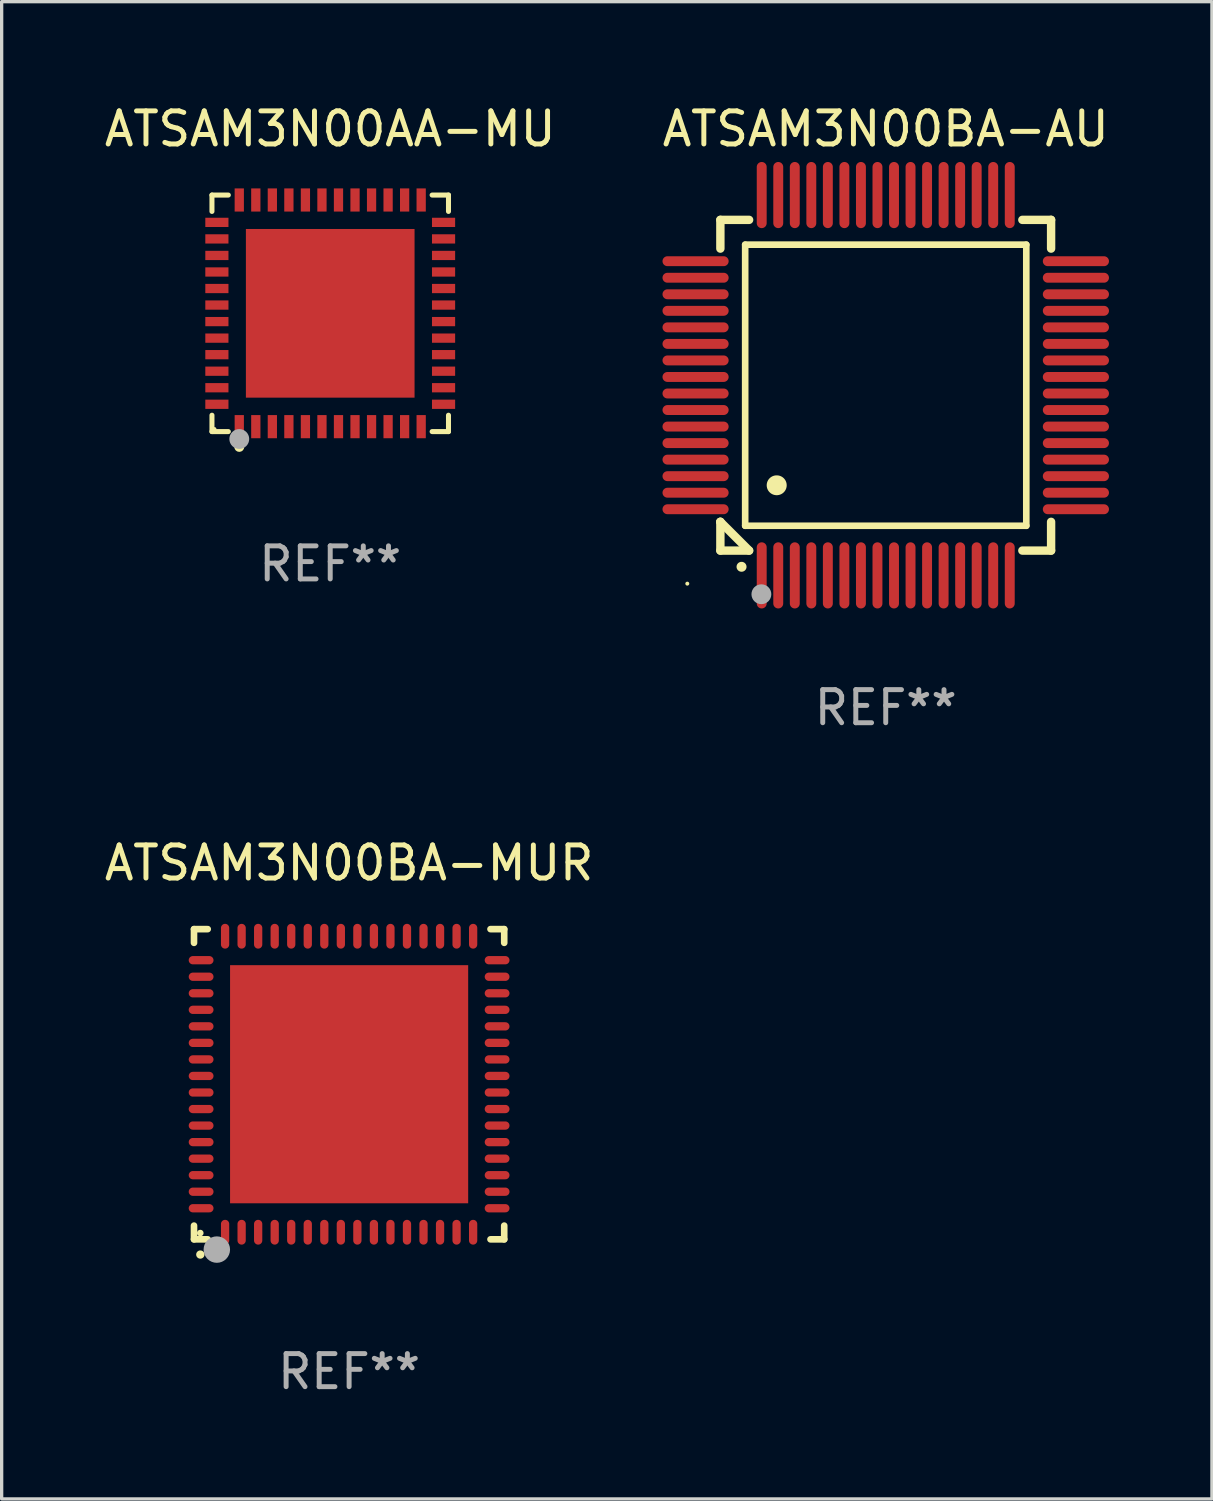
<source format=kicad_pcb>
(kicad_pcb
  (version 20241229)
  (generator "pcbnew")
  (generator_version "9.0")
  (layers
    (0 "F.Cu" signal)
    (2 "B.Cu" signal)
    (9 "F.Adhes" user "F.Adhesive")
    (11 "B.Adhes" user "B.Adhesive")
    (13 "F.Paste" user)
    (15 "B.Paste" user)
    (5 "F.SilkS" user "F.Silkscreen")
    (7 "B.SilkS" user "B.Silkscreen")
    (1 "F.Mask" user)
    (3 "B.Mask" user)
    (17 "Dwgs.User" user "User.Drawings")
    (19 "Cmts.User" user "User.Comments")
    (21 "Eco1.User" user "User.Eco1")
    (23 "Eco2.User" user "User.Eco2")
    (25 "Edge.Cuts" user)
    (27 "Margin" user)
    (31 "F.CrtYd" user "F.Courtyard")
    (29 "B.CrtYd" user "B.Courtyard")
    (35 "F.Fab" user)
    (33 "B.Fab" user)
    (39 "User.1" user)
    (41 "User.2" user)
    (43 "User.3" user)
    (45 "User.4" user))
  (footprint "ATSAM3N00BA-MUR"
    (layer "F.Cu")
    (at 7.506 29.734)
    (property "Reference" "ATSAM3N00BA-MUR" (at 0 -6.69 0) (layer "F.SilkS") (effects (font (size 1 1) (thickness 0.15))))
    (attr through_hole)
    (fp_line (start -4.69 -4.69) (end -4.275 -4.69) (stroke (width 0.2) (type solid)) (layer "F.SilkS"))
    (fp_line (start -4.69 -4.275) (end -4.69 -4.69) (stroke (width 0.2) (type solid)) (layer "F.SilkS"))
    (fp_line (start -4.69 4.69) (end -4.69 4.275) (stroke (width 0.2) (type solid)) (layer "F.SilkS"))
    (fp_line (start -4.275 4.69) (end -4.69 4.69) (stroke (width 0.2) (type solid)) (layer "F.SilkS"))
    (fp_line (start 4.275 4.69) (end 4.69 4.69) (stroke (width 0.2) (type solid)) (layer "F.SilkS"))
    (fp_line (start 4.69 -4.69) (end 4.275 -4.69) (stroke (width 0.2) (type solid)) (layer "F.SilkS"))
    (fp_line (start 4.69 -4.275) (end 4.69 -4.69) (stroke (width 0.2) (type solid)) (layer "F.SilkS"))
    (fp_line (start 4.69 4.69) (end 4.69 4.275) (stroke (width 0.2) (type solid)) (layer "F.SilkS"))
    (fp_arc (start -4.499886 5.15) (mid -4.498616 5.149994) (end -4.497346 5.15) (stroke (width 0.24892) (type solid)) (layer "F.SilkS"))
    (fp_circle (center -4.5 4.5) (end -4.45 4.5) (stroke (width 0.1) (type solid)) (fill no) (layer "F.SilkS"))
    (fp_circle (center -4 5) (end -3.8 5) (stroke (width 0.4) (type solid)) (fill no) (layer "F.Fab"))
    (fp_text user "REF**" (at 0 8.69 0) (layer "F.Fab") (effects (font (size 1 1) (thickness 0.15))))
    (pad "1" smd oval (at -3.75 4.475) (size 0.25 0.75) (layers "F.Cu" "F.Mask" "F.Paste"))
    (pad "2" smd oval (at -3.25 4.475) (size 0.25 0.75) (layers "F.Cu" "F.Mask" "F.Paste"))
    (pad "3" smd oval (at -2.75 4.475) (size 0.25 0.75) (layers "F.Cu" "F.Mask" "F.Paste"))
    (pad "4" smd oval (at -2.25 4.475) (size 0.25 0.75) (layers "F.Cu" "F.Mask" "F.Paste"))
    (pad "5" smd oval (at -1.75 4.475) (size 0.25 0.75) (layers "F.Cu" "F.Mask" "F.Paste"))
    (pad "6" smd oval (at -1.25 4.475) (size 0.25 0.75) (layers "F.Cu" "F.Mask" "F.Paste"))
    (pad "7" smd oval (at -0.75 4.475) (size 0.25 0.75) (layers "F.Cu" "F.Mask" "F.Paste"))
    (pad "8" smd oval (at -0.25 4.475) (size 0.25 0.75) (layers "F.Cu" "F.Mask" "F.Paste"))
    (pad "9" smd oval (at 0.25 4.475) (size 0.25 0.75) (layers "F.Cu" "F.Mask" "F.Paste"))
    (pad "10" smd oval (at 0.75 4.475) (size 0.25 0.75) (layers "F.Cu" "F.Mask" "F.Paste"))
    (pad "11" smd oval (at 1.25 4.475) (size 0.25 0.75) (layers "F.Cu" "F.Mask" "F.Paste"))
    (pad "12" smd oval (at 1.75 4.475) (size 0.25 0.75) (layers "F.Cu" "F.Mask" "F.Paste"))
    (pad "13" smd oval (at 2.25 4.475) (size 0.25 0.75) (layers "F.Cu" "F.Mask" "F.Paste"))
    (pad "14" smd oval (at 2.75 4.475) (size 0.25 0.75) (layers "F.Cu" "F.Mask" "F.Paste"))
    (pad "15" smd oval (at 3.25 4.475) (size 0.25 0.75) (layers "F.Cu" "F.Mask" "F.Paste"))
    (pad "16" smd oval (at 3.75 4.475) (size 0.25 0.75) (layers "F.Cu" "F.Mask" "F.Paste"))
    (pad "17" smd oval (at 4.475 3.75) (size 0.75 0.25) (layers "F.Cu" "F.Mask" "F.Paste"))
    (pad "18" smd oval (at 4.475 3.25) (size 0.75 0.25) (layers "F.Cu" "F.Mask" "F.Paste"))
    (pad "19" smd oval (at 4.475 2.75) (size 0.75 0.25) (layers "F.Cu" "F.Mask" "F.Paste"))
    (pad "20" smd oval (at 4.475 2.25) (size 0.75 0.25) (layers "F.Cu" "F.Mask" "F.Paste"))
    (pad "21" smd oval (at 4.475 1.75) (size 0.75 0.25) (layers "F.Cu" "F.Mask" "F.Paste"))
    (pad "22" smd oval (at 4.475 1.25) (size 0.75 0.25) (layers "F.Cu" "F.Mask" "F.Paste"))
    (pad "23" smd oval (at 4.475 0.75) (size 0.75 0.25) (layers "F.Cu" "F.Mask" "F.Paste"))
    (pad "24" smd oval (at 4.475 0.25) (size 0.75 0.25) (layers "F.Cu" "F.Mask" "F.Paste"))
    (pad "25" smd oval (at 4.475 -0.25) (size 0.75 0.25) (layers "F.Cu" "F.Mask" "F.Paste"))
    (pad "26" smd oval (at 4.475 -0.75) (size 0.75 0.25) (layers "F.Cu" "F.Mask" "F.Paste"))
    (pad "27" smd oval (at 4.475 -1.25) (size 0.75 0.25) (layers "F.Cu" "F.Mask" "F.Paste"))
    (pad "28" smd oval (at 4.475 -1.75) (size 0.75 0.25) (layers "F.Cu" "F.Mask" "F.Paste"))
    (pad "29" smd oval (at 4.475 -2.25) (size 0.75 0.25) (layers "F.Cu" "F.Mask" "F.Paste"))
    (pad "30" smd oval (at 4.475 -2.75) (size 0.75 0.25) (layers "F.Cu" "F.Mask" "F.Paste"))
    (pad "31" smd oval (at 4.475 -3.25) (size 0.75 0.25) (layers "F.Cu" "F.Mask" "F.Paste"))
    (pad "32" smd oval (at 4.475 -3.75) (size 0.75 0.25) (layers "F.Cu" "F.Mask" "F.Paste"))
    (pad "33" smd oval (at 3.75 -4.475) (size 0.25 0.75) (layers "F.Cu" "F.Mask" "F.Paste"))
    (pad "34" smd oval (at 3.25 -4.475) (size 0.25 0.75) (layers "F.Cu" "F.Mask" "F.Paste"))
    (pad "35" smd oval (at 2.75 -4.475) (size 0.25 0.75) (layers "F.Cu" "F.Mask" "F.Paste"))
    (pad "36" smd oval (at 2.25 -4.475) (size 0.25 0.75) (layers "F.Cu" "F.Mask" "F.Paste"))
    (pad "37" smd oval (at 1.75 -4.475) (size 0.25 0.75) (layers "F.Cu" "F.Mask" "F.Paste"))
    (pad "38" smd oval (at 1.25 -4.475) (size 0.25 0.75) (layers "F.Cu" "F.Mask" "F.Paste"))
    (pad "39" smd oval (at 0.75 -4.475) (size 0.25 0.75) (layers "F.Cu" "F.Mask" "F.Paste"))
    (pad "40" smd oval (at 0.25 -4.475) (size 0.25 0.75) (layers "F.Cu" "F.Mask" "F.Paste"))
    (pad "41" smd oval (at -0.25 -4.475) (size 0.25 0.75) (layers "F.Cu" "F.Mask" "F.Paste"))
    (pad "42" smd oval (at -0.75 -4.475) (size 0.25 0.75) (layers "F.Cu" "F.Mask" "F.Paste"))
    (pad "43" smd oval (at -1.25 -4.475) (size 0.25 0.75) (layers "F.Cu" "F.Mask" "F.Paste"))
    (pad "44" smd oval (at -1.75 -4.475) (size 0.25 0.75) (layers "F.Cu" "F.Mask" "F.Paste"))
    (pad "45" smd oval (at -2.25 -4.475) (size 0.25 0.75) (layers "F.Cu" "F.Mask" "F.Paste"))
    (pad "46" smd oval (at -2.75 -4.475) (size 0.25 0.75) (layers "F.Cu" "F.Mask" "F.Paste"))
    (pad "47" smd oval (at -3.25 -4.475) (size 0.25 0.75) (layers "F.Cu" "F.Mask" "F.Paste"))
    (pad "48" smd oval (at -3.75 -4.475) (size 0.25 0.75) (layers "F.Cu" "F.Mask" "F.Paste"))
    (pad "49" smd oval (at -4.475 -3.75) (size 0.75 0.25) (layers "F.Cu" "F.Mask" "F.Paste"))
    (pad "50" smd oval (at -4.475 -3.25) (size 0.75 0.25) (layers "F.Cu" "F.Mask" "F.Paste"))
    (pad "51" smd oval (at -4.475 -2.75) (size 0.75 0.25) (layers "F.Cu" "F.Mask" "F.Paste"))
    (pad "52" smd oval (at -4.475 -2.25) (size 0.75 0.25) (layers "F.Cu" "F.Mask" "F.Paste"))
    (pad "53" smd oval (at -4.475 -1.75) (size 0.75 0.25) (layers "F.Cu" "F.Mask" "F.Paste"))
    (pad "54" smd oval (at -4.475 -1.25) (size 0.75 0.25) (layers "F.Cu" "F.Mask" "F.Paste"))
    (pad "55" smd oval (at -4.475 -0.75) (size 0.75 0.25) (layers "F.Cu" "F.Mask" "F.Paste"))
    (pad "56" smd oval (at -4.475 -0.25) (size 0.75 0.25) (layers "F.Cu" "F.Mask" "F.Paste"))
    (pad "57" smd oval (at -4.475 0.25) (size 0.75 0.25) (layers "F.Cu" "F.Mask" "F.Paste"))
    (pad "58" smd oval (at -4.475 0.75) (size 0.75 0.25) (layers "F.Cu" "F.Mask" "F.Paste"))
    (pad "59" smd oval (at -4.475 1.25) (size 0.75 0.25) (layers "F.Cu" "F.Mask" "F.Paste"))
    (pad "60" smd oval (at -4.475 1.75) (size 0.75 0.25) (layers "F.Cu" "F.Mask" "F.Paste"))
    (pad "61" smd oval (at -4.475 2.25) (size 0.75 0.25) (layers "F.Cu" "F.Mask" "F.Paste"))
    (pad "62" smd oval (at -4.475 2.75) (size 0.75 0.25) (layers "F.Cu" "F.Mask" "F.Paste"))
    (pad "63" smd oval (at -4.475 3.25) (size 0.75 0.25) (layers "F.Cu" "F.Mask" "F.Paste"))
    (pad "64" smd oval (at -4.475 3.75) (size 0.75 0.25) (layers "F.Cu" "F.Mask" "F.Paste"))
    (pad "65" smd rect (at 0.000368 0.000013) (size 7.2 7.2) (layers "F.Cu" "F.Mask" "F.Paste")))
  (footprint "ATSAM3N00AA-MU"
    (layer "F.Cu")
    (at 6.935 6.424)
    (property "Reference" "ATSAM3N00AA-MU" (at 0 -5.576 0) (layer "F.SilkS") (effects (font (size 1 1) (thickness 0.15))))
    (attr through_hole)
    (fp_line (start -3.576 -3.576) (end -3.081 -3.576) (stroke (width 0.152) (type solid)) (layer "F.SilkS"))
    (fp_line (start -3.576 -3.081) (end -3.576 -3.576) (stroke (width 0.152) (type solid)) (layer "F.SilkS"))
    (fp_line (start -3.576 3.081) (end -3.576 3.576) (stroke (width 0.152) (type solid)) (layer "F.SilkS"))
    (fp_line (start -3.576 3.576) (end -3.081 3.576) (stroke (width 0.152) (type solid)) (layer "F.SilkS"))
    (fp_line (start 3.576 -3.576) (end 3.081 -3.576) (stroke (width 0.152) (type solid)) (layer "F.SilkS"))
    (fp_line (start 3.576 -3.081) (end 3.576 -3.576) (stroke (width 0.152) (type solid)) (layer "F.SilkS"))
    (fp_line (start 3.576 3.081) (end 3.576 3.576) (stroke (width 0.152) (type solid)) (layer "F.SilkS"))
    (fp_line (start 3.576 3.576) (end 3.081 3.576) (stroke (width 0.152) (type solid)) (layer "F.SilkS"))
    (fp_circle (center -3.5 3.5) (end -3.47 3.5) (stroke (width 0.06) (type solid)) (fill no) (layer "F.SilkS"))
    (fp_circle (center -2.75 4.04) (end -2.675 4.04) (stroke (width 0.15) (type solid)) (fill no) (layer "F.SilkS"))
    (fp_circle (center -2.75 3.8) (end -2.6 3.8) (stroke (width 0.3) (type solid)) (fill no) (layer "F.Fab"))
    (fp_text user "REF**" (at 0 7.576 0) (layer "F.Fab") (effects (font (size 1 1) (thickness 0.15))))
    (pad "1" smd rect (at -2.75 3.427) (size 0.28 0.7) (layers "F.Cu" "F.Mask" "F.Paste"))
    (pad "2" smd rect (at -2.25 3.427) (size 0.28 0.7) (layers "F.Cu" "F.Mask" "F.Paste"))
    (pad "3" smd rect (at -1.75 3.427) (size 0.28 0.7) (layers "F.Cu" "F.Mask" "F.Paste"))
    (pad "4" smd rect (at -1.25 3.427) (size 0.28 0.7) (layers "F.Cu" "F.Mask" "F.Paste"))
    (pad "5" smd rect (at -0.75 3.427) (size 0.28 0.7) (layers "F.Cu" "F.Mask" "F.Paste"))
    (pad "6" smd rect (at -0.25 3.427) (size 0.28 0.7) (layers "F.Cu" "F.Mask" "F.Paste"))
    (pad "7" smd rect (at 0.25 3.427) (size 0.28 0.7) (layers "F.Cu" "F.Mask" "F.Paste"))
    (pad "8" smd rect (at 0.75 3.427) (size 0.28 0.7) (layers "F.Cu" "F.Mask" "F.Paste"))
    (pad "9" smd rect (at 1.25 3.427) (size 0.28 0.7) (layers "F.Cu" "F.Mask" "F.Paste"))
    (pad "10" smd rect (at 1.75 3.427) (size 0.28 0.7) (layers "F.Cu" "F.Mask" "F.Paste"))
    (pad "11" smd rect (at 2.25 3.427) (size 0.28 0.7) (layers "F.Cu" "F.Mask" "F.Paste"))
    (pad "12" smd rect (at 2.75 3.427) (size 0.28 0.7) (layers "F.Cu" "F.Mask" "F.Paste"))
    (pad "13" smd rect (at 3.427 2.75) (size 0.7 0.28) (layers "F.Cu" "F.Mask" "F.Paste"))
    (pad "14" smd rect (at 3.427 2.25) (size 0.7 0.28) (layers "F.Cu" "F.Mask" "F.Paste"))
    (pad "15" smd rect (at 3.427 1.75) (size 0.7 0.28) (layers "F.Cu" "F.Mask" "F.Paste"))
    (pad "16" smd rect (at 3.427 1.25) (size 0.7 0.28) (layers "F.Cu" "F.Mask" "F.Paste"))
    (pad "17" smd rect (at 3.427 0.75) (size 0.7 0.28) (layers "F.Cu" "F.Mask" "F.Paste"))
    (pad "18" smd rect (at 3.427 0.25) (size 0.7 0.28) (layers "F.Cu" "F.Mask" "F.Paste"))
    (pad "19" smd rect (at 3.427 -0.25) (size 0.7 0.28) (layers "F.Cu" "F.Mask" "F.Paste"))
    (pad "20" smd rect (at 3.427 -0.75) (size 0.7 0.28) (layers "F.Cu" "F.Mask" "F.Paste"))
    (pad "21" smd rect (at 3.427 -1.25) (size 0.7 0.28) (layers "F.Cu" "F.Mask" "F.Paste"))
    (pad "22" smd rect (at 3.427 -1.75) (size 0.7 0.28) (layers "F.Cu" "F.Mask" "F.Paste"))
    (pad "23" smd rect (at 3.427 -2.25) (size 0.7 0.28) (layers "F.Cu" "F.Mask" "F.Paste"))
    (pad "24" smd rect (at 3.427 -2.75) (size 0.7 0.28) (layers "F.Cu" "F.Mask" "F.Paste"))
    (pad "25" smd rect (at 2.75 -3.427) (size 0.28 0.7) (layers "F.Cu" "F.Mask" "F.Paste"))
    (pad "26" smd rect (at 2.25 -3.427) (size 0.28 0.7) (layers "F.Cu" "F.Mask" "F.Paste"))
    (pad "27" smd rect (at 1.75 -3.427) (size 0.28 0.7) (layers "F.Cu" "F.Mask" "F.Paste"))
    (pad "28" smd rect (at 1.25 -3.427) (size 0.28 0.7) (layers "F.Cu" "F.Mask" "F.Paste"))
    (pad "29" smd rect (at 0.75 -3.427) (size 0.28 0.7) (layers "F.Cu" "F.Mask" "F.Paste"))
    (pad "30" smd rect (at 0.25 -3.427) (size 0.28 0.7) (layers "F.Cu" "F.Mask" "F.Paste"))
    (pad "31" smd rect (at -0.25 -3.427) (size 0.28 0.7) (layers "F.Cu" "F.Mask" "F.Paste"))
    (pad "32" smd rect (at -0.75 -3.427) (size 0.28 0.7) (layers "F.Cu" "F.Mask" "F.Paste"))
    (pad "33" smd rect (at -1.25 -3.427) (size 0.28 0.7) (layers "F.Cu" "F.Mask" "F.Paste"))
    (pad "34" smd rect (at -1.75 -3.427) (size 0.28 0.7) (layers "F.Cu" "F.Mask" "F.Paste"))
    (pad "35" smd rect (at -2.25 -3.427) (size 0.28 0.7) (layers "F.Cu" "F.Mask" "F.Paste"))
    (pad "36" smd rect (at -2.75 -3.427) (size 0.28 0.7) (layers "F.Cu" "F.Mask" "F.Paste"))
    (pad "37" smd rect (at -3.427 -2.75) (size 0.7 0.28) (layers "F.Cu" "F.Mask" "F.Paste"))
    (pad "38" smd rect (at -3.427 -2.25) (size 0.7 0.28) (layers "F.Cu" "F.Mask" "F.Paste"))
    (pad "39" smd rect (at -3.427 -1.75) (size 0.7 0.28) (layers "F.Cu" "F.Mask" "F.Paste"))
    (pad "40" smd rect (at -3.427 -1.25) (size 0.7 0.28) (layers "F.Cu" "F.Mask" "F.Paste"))
    (pad "41" smd rect (at -3.427 -0.75) (size 0.7 0.28) (layers "F.Cu" "F.Mask" "F.Paste"))
    (pad "42" smd rect (at -3.427 -0.25) (size 0.7 0.28) (layers "F.Cu" "F.Mask" "F.Paste"))
    (pad "43" smd rect (at -3.427 0.25) (size 0.7 0.28) (layers "F.Cu" "F.Mask" "F.Paste"))
    (pad "44" smd rect (at -3.427 0.75) (size 0.7 0.28) (layers "F.Cu" "F.Mask" "F.Paste"))
    (pad "45" smd rect (at -3.427 1.25) (size 0.7 0.28) (layers "F.Cu" "F.Mask" "F.Paste"))
    (pad "46" smd rect (at -3.427 1.75) (size 0.7 0.28) (layers "F.Cu" "F.Mask" "F.Paste"))
    (pad "47" smd rect (at -3.427 2.25) (size 0.7 0.28) (layers "F.Cu" "F.Mask" "F.Paste"))
    (pad "48" smd rect (at -3.427 2.75) (size 0.7 0.28) (layers "F.Cu" "F.Mask" "F.Paste"))
    (pad "49" smd rect (at 0 0) (size 5.1 5.1) (layers "F.Cu" "F.Mask" "F.Paste")))
  (footprint "ATSAM3N00BA-AU"
    (layer "F.Cu")
    (at 23.732 8.598)
    (property "Reference" "ATSAM3N00BA-AU" (at 0 -7.75 0) (layer "F.SilkS") (effects (font (size 1 1) (thickness 0.15))))
    (attr through_hole)
    (fp_line (start -5 -5) (end -4.131 -5) (stroke (width 0.254) (type solid)) (layer "F.SilkS"))
    (fp_line (start -5 -4.131) (end -5 -5) (stroke (width 0.254) (type solid)) (layer "F.SilkS"))
    (fp_line (start -5 4.131) (end -5 4.131) (stroke (width 0.254) (type solid)) (layer "F.SilkS"))
    (fp_line (start -5 5) (end -5 4.131) (stroke (width 0.254) (type solid)) (layer "F.SilkS"))
    (fp_line (start -5 4.131) (end -4.131 5) (stroke (width 0.254) (type solid)) (layer "F.SilkS"))
    (fp_line (start -4.25 -4.25) (end -4.25 4.25) (stroke (width 0.2) (type solid)) (layer "F.SilkS"))
    (fp_line (start -4.25 4.25) (end 4.25 4.25) (stroke (width 0.2) (type solid)) (layer "F.SilkS"))
    (fp_line (start -4.131 5) (end -5 5) (stroke (width 0.254) (type solid)) (layer "F.SilkS"))
    (fp_line (start 4.25 -4.25) (end -4.25 -4.25) (stroke (width 0.2) (type solid)) (layer "F.SilkS"))
    (fp_line (start 4.25 4.25) (end 4.25 -4.25) (stroke (width 0.2) (type solid)) (layer "F.SilkS"))
    (fp_line (start 5 -5) (end 4.131 -5) (stroke (width 0.254) (type solid)) (layer "F.SilkS"))
    (fp_line (start 5 -5) (end 5 -4.131) (stroke (width 0.254) (type solid)) (layer "F.SilkS"))
    (fp_line (start 5 4.131) (end 5 5) (stroke (width 0.254) (type solid)) (layer "F.SilkS"))
    (fp_line (start 5 5) (end 4.131 5) (stroke (width 0.254) (type solid)) (layer "F.SilkS"))
    (fp_arc (start -4.361265 5.489992) (mid -4.359995 5.489987) (end -4.358725 5.489992) (stroke (width 0.3) (type solid)) (layer "F.SilkS"))
    (fp_arc (start -3.299467 3.025146) (mid -3.296927 3.025135) (end -3.294387 3.025146) (stroke (width 0.6) (type solid)) (layer "F.SilkS"))
    (fp_circle (center -6 6) (end -5.97 6) (stroke (width 0.06) (type solid)) (fill no) (layer "F.SilkS"))
    (fp_circle (center -3.76 6.32) (end -3.61 6.32) (stroke (width 0.3) (type solid)) (fill no) (layer "F.Fab"))
    (fp_text user "REF**" (at 0 9.75 0) (layer "F.Fab") (effects (font (size 1 1) (thickness 0.15))))
    (pad "1" smd oval (at -3.75 5.75) (size 0.3 2) (layers "F.Cu" "F.Mask" "F.Paste"))
    (pad "2" smd oval (at -3.25 5.75) (size 0.3 2) (layers "F.Cu" "F.Mask" "F.Paste"))
    (pad "3" smd oval (at -2.75 5.75) (size 0.3 2) (layers "F.Cu" "F.Mask" "F.Paste"))
    (pad "4" smd oval (at -2.25 5.75) (size 0.3 2) (layers "F.Cu" "F.Mask" "F.Paste"))
    (pad "5" smd oval (at -1.75 5.75) (size 0.3 2) (layers "F.Cu" "F.Mask" "F.Paste"))
    (pad "6" smd oval (at -1.25 5.75) (size 0.3 2) (layers "F.Cu" "F.Mask" "F.Paste"))
    (pad "7" smd oval (at -0.75 5.75) (size 0.3 2) (layers "F.Cu" "F.Mask" "F.Paste"))
    (pad "8" smd oval (at -0.25 5.75) (size 0.3 2) (layers "F.Cu" "F.Mask" "F.Paste"))
    (pad "9" smd oval (at 0.25 5.75) (size 0.3 2) (layers "F.Cu" "F.Mask" "F.Paste"))
    (pad "10" smd oval (at 0.75 5.75) (size 0.3 2) (layers "F.Cu" "F.Mask" "F.Paste"))
    (pad "11" smd oval (at 1.25 5.75) (size 0.3 2) (layers "F.Cu" "F.Mask" "F.Paste"))
    (pad "12" smd oval (at 1.75 5.75) (size 0.3 2) (layers "F.Cu" "F.Mask" "F.Paste"))
    (pad "13" smd oval (at 2.25 5.75) (size 0.3 2) (layers "F.Cu" "F.Mask" "F.Paste"))
    (pad "14" smd oval (at 2.75 5.75) (size 0.3 2) (layers "F.Cu" "F.Mask" "F.Paste"))
    (pad "15" smd oval (at 3.25 5.75) (size 0.3 2) (layers "F.Cu" "F.Mask" "F.Paste"))
    (pad "16" smd oval (at 3.75 5.75) (size 0.3 2) (layers "F.Cu" "F.Mask" "F.Paste"))
    (pad "17" smd oval (at 5.75 3.75) (size 2 0.3) (layers "F.Cu" "F.Mask" "F.Paste"))
    (pad "18" smd oval (at 5.75 3.25) (size 2 0.3) (layers "F.Cu" "F.Mask" "F.Paste"))
    (pad "19" smd oval (at 5.75 2.75) (size 2 0.3) (layers "F.Cu" "F.Mask" "F.Paste"))
    (pad "20" smd oval (at 5.75 2.25) (size 2 0.3) (layers "F.Cu" "F.Mask" "F.Paste"))
    (pad "21" smd oval (at 5.75 1.75) (size 2 0.3) (layers "F.Cu" "F.Mask" "F.Paste"))
    (pad "22" smd oval (at 5.75 1.25) (size 2 0.3) (layers "F.Cu" "F.Mask" "F.Paste"))
    (pad "23" smd oval (at 5.75 0.75) (size 2 0.3) (layers "F.Cu" "F.Mask" "F.Paste"))
    (pad "24" smd oval (at 5.75 0.25) (size 2 0.3) (layers "F.Cu" "F.Mask" "F.Paste"))
    (pad "25" smd oval (at 5.75 -0.25) (size 2 0.3) (layers "F.Cu" "F.Mask" "F.Paste"))
    (pad "26" smd oval (at 5.75 -0.75) (size 2 0.3) (layers "F.Cu" "F.Mask" "F.Paste"))
    (pad "27" smd oval (at 5.75 -1.25) (size 2 0.3) (layers "F.Cu" "F.Mask" "F.Paste"))
    (pad "28" smd oval (at 5.75 -1.75) (size 2 0.3) (layers "F.Cu" "F.Mask" "F.Paste"))
    (pad "29" smd oval (at 5.75 -2.25) (size 2 0.3) (layers "F.Cu" "F.Mask" "F.Paste"))
    (pad "30" smd oval (at 5.75 -2.75) (size 2 0.3) (layers "F.Cu" "F.Mask" "F.Paste"))
    (pad "31" smd oval (at 5.75 -3.25) (size 2 0.3) (layers "F.Cu" "F.Mask" "F.Paste"))
    (pad "32" smd oval (at 5.75 -3.75) (size 2 0.3) (layers "F.Cu" "F.Mask" "F.Paste"))
    (pad "33" smd oval (at 3.75 -5.75) (size 0.3 2) (layers "F.Cu" "F.Mask" "F.Paste"))
    (pad "34" smd oval (at 3.25 -5.75) (size 0.3 2) (layers "F.Cu" "F.Mask" "F.Paste"))
    (pad "35" smd oval (at 2.75 -5.75) (size 0.3 2) (layers "F.Cu" "F.Mask" "F.Paste"))
    (pad "36" smd oval (at 2.25 -5.75) (size 0.3 2) (layers "F.Cu" "F.Mask" "F.Paste"))
    (pad "37" smd oval (at 1.75 -5.75) (size 0.3 2) (layers "F.Cu" "F.Mask" "F.Paste"))
    (pad "38" smd oval (at 1.25 -5.75) (size 0.3 2) (layers "F.Cu" "F.Mask" "F.Paste"))
    (pad "39" smd oval (at 0.75 -5.75) (size 0.3 2) (layers "F.Cu" "F.Mask" "F.Paste"))
    (pad "40" smd oval (at 0.25 -5.75) (size 0.3 2) (layers "F.Cu" "F.Mask" "F.Paste"))
    (pad "41" smd oval (at -0.25 -5.75) (size 0.3 2) (layers "F.Cu" "F.Mask" "F.Paste"))
    (pad "42" smd oval (at -0.75 -5.75) (size 0.3 2) (layers "F.Cu" "F.Mask" "F.Paste"))
    (pad "43" smd oval (at -1.25 -5.75) (size 0.3 2) (layers "F.Cu" "F.Mask" "F.Paste"))
    (pad "44" smd oval (at -1.75 -5.75) (size 0.3 2) (layers "F.Cu" "F.Mask" "F.Paste"))
    (pad "45" smd oval (at -2.25 -5.75) (size 0.3 2) (layers "F.Cu" "F.Mask" "F.Paste"))
    (pad "46" smd oval (at -2.75 -5.75) (size 0.3 2) (layers "F.Cu" "F.Mask" "F.Paste"))
    (pad "47" smd oval (at -3.25 -5.75) (size 0.3 2) (layers "F.Cu" "F.Mask" "F.Paste"))
    (pad "48" smd oval (at -3.75 -5.75) (size 0.3 2) (layers "F.Cu" "F.Mask" "F.Paste"))
    (pad "49" smd oval (at -5.75 -3.75) (size 2 0.3) (layers "F.Cu" "F.Mask" "F.Paste"))
    (pad "50" smd oval (at -5.75 -3.25) (size 2 0.3) (layers "F.Cu" "F.Mask" "F.Paste"))
    (pad "51" smd oval (at -5.75 -2.75) (size 2 0.3) (layers "F.Cu" "F.Mask" "F.Paste"))
    (pad "52" smd oval (at -5.75 -2.25) (size 2 0.3) (layers "F.Cu" "F.Mask" "F.Paste"))
    (pad "53" smd oval (at -5.75 -1.75) (size 2 0.3) (layers "F.Cu" "F.Mask" "F.Paste"))
    (pad "54" smd oval (at -5.75 -1.25) (size 2 0.3) (layers "F.Cu" "F.Mask" "F.Paste"))
    (pad "55" smd oval (at -5.75 -0.75) (size 2 0.3) (layers "F.Cu" "F.Mask" "F.Paste"))
    (pad "56" smd oval (at -5.75 -0.25) (size 2 0.3) (layers "F.Cu" "F.Mask" "F.Paste"))
    (pad "57" smd oval (at -5.75 0.25) (size 2 0.3) (layers "F.Cu" "F.Mask" "F.Paste"))
    (pad "58" smd oval (at -5.75 0.75) (size 2 0.3) (layers "F.Cu" "F.Mask" "F.Paste"))
    (pad "59" smd oval (at -5.75 1.25) (size 2 0.3) (layers "F.Cu" "F.Mask" "F.Paste"))
    (pad "60" smd oval (at -5.75 1.75) (size 2 0.3) (layers "F.Cu" "F.Mask" "F.Paste"))
    (pad "61" smd oval (at -5.75 2.25) (size 2 0.3) (layers "F.Cu" "F.Mask" "F.Paste"))
    (pad "62" smd oval (at -5.75 2.75) (size 2 0.3) (layers "F.Cu" "F.Mask" "F.Paste"))
    (pad "63" smd oval (at -5.75 3.25) (size 2 0.3) (layers "F.Cu" "F.Mask" "F.Paste"))
    (pad "64" smd oval (at -5.75 3.75) (size 2 0.3) (layers "F.Cu" "F.Mask" "F.Paste")))
  (gr_rect
    (start -3 -3)
    (end 33.595 42.273)
    (stroke (width 0.1) (type default))
    (fill no)
    (layer "Edge.Cuts")))
</source>
